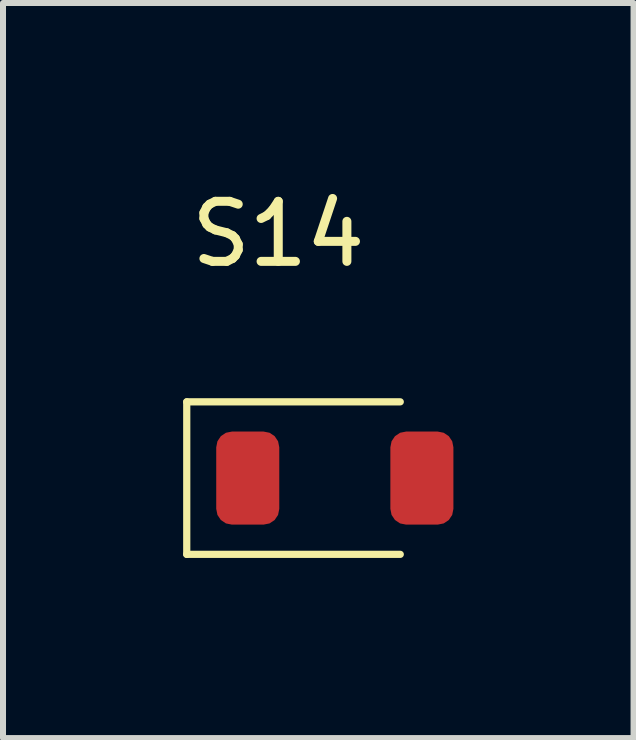
<source format=kicad_pcb>
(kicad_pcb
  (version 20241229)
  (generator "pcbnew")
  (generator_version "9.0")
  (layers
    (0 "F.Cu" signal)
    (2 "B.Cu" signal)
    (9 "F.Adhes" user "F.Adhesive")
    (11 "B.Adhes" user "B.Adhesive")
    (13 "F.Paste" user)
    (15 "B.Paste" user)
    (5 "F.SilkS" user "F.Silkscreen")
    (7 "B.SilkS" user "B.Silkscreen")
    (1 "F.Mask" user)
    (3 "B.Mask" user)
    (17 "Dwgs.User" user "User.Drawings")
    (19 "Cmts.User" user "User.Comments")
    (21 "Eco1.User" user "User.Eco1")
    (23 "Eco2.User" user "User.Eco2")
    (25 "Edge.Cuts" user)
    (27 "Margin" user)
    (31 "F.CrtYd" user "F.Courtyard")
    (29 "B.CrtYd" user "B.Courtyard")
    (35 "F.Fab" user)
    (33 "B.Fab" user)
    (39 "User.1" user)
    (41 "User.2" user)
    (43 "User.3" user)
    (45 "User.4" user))
  (footprint "S14"
    (layer "F.Cu")
    (at 1.076 4.912)
    (property "Reference" "S14" (at 0.508 -4.064 0) (unlocked yes) (layer "F.SilkS") (effects (font (size 1 1) (thickness 0.15))))
    (attr smd)
    (fp_line (start -1.016 -1.27) (end -1.016 1.27) (stroke (width 0.12) (type default)) (layer "F.SilkS"))
    (fp_line (start -1.016 1.27) (end 2.54 1.27) (stroke (width 0.12) (type default)) (layer "F.SilkS"))
    (fp_line (start 2.54 -1.27) (end -1.016 -1.27) (stroke (width 0.12) (type default)) (layer "F.SilkS"))
    (pad "1" smd roundrect (at 0 0) (size 1.05 1.55) (layers "F.Cu" "F.Mask" "F.Paste") (roundrect_rratio 0.25))
    (pad "2" smd roundrect (at 2.9 0) (size 1.05 1.55) (layers "F.Cu" "F.Mask" "F.Paste") (roundrect_rratio 0.25)))
  (gr_rect
    (start -3 -3)
    (end 7.501 9.242)
    (stroke (width 0.1) (type default))
    (fill no)
    (layer "Edge.Cuts")))
</source>
